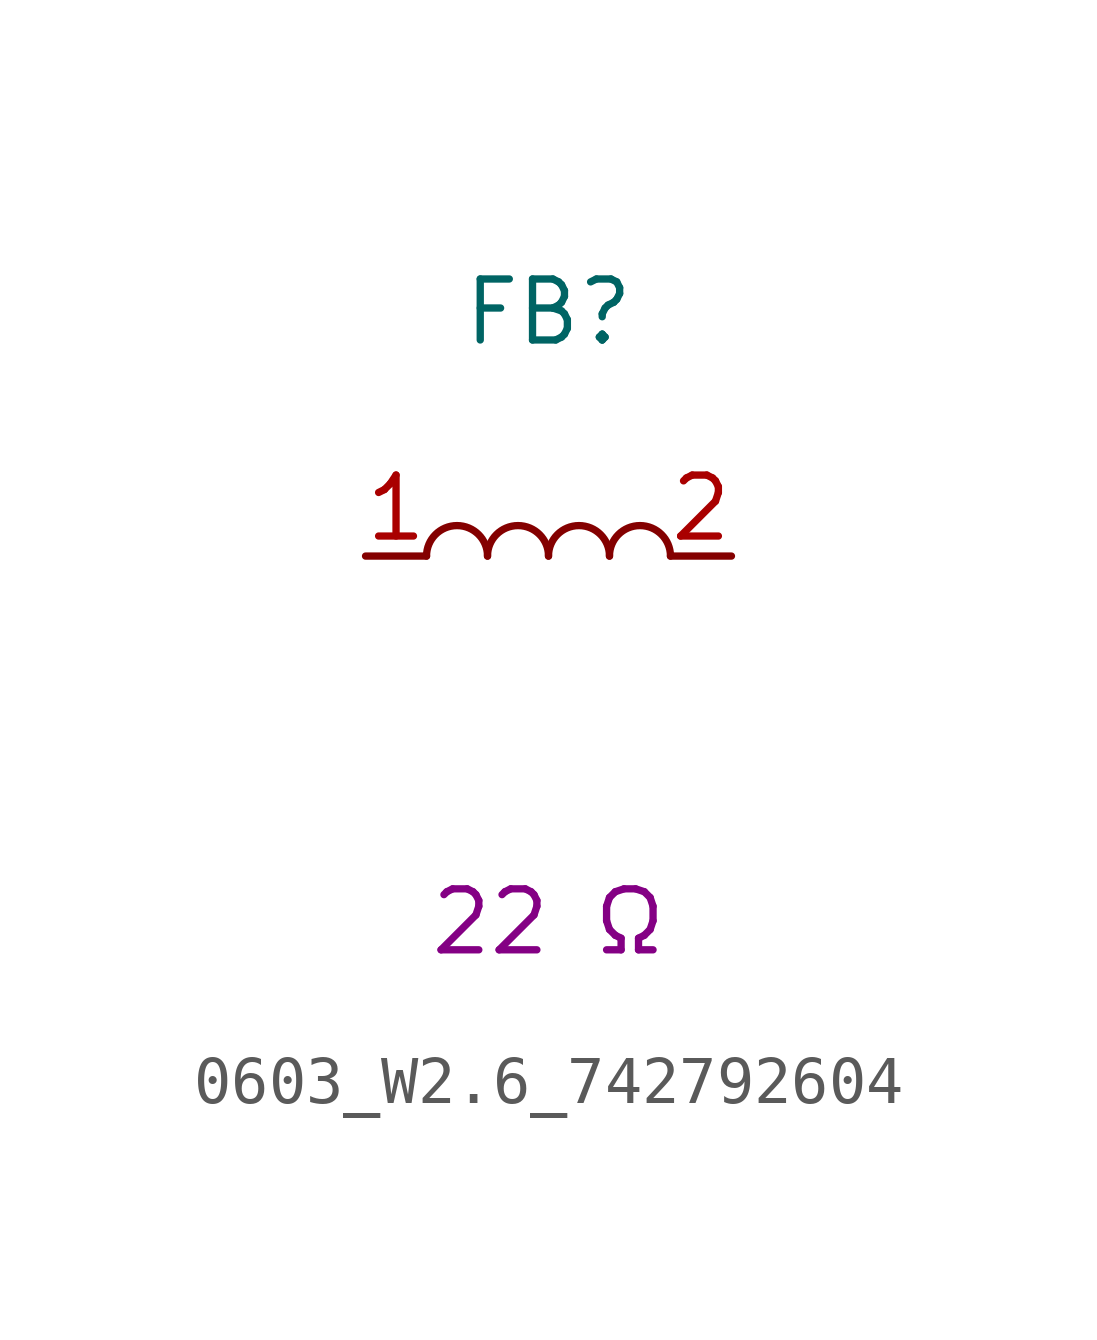
<source format=kicad_sym>
(kicad_symbol_lib
  (version 20220914)
  (generator kicad_symbol_editor)
  (symbol "0603_W2.6_742792604"
    (pin_names hide)
    (property "Reference" "FB"
      (at 0 5.08 0)
      (effects (font (size 1.27 1.27))))
    (property "Critical Parameter" "22 Ω"
      (at 0 -7.62 0)
      (effects (font (size 1.27 1.27))))
    (symbol "0603_W2.6_742792604_0_1"
      (arc (start -1.27 0) (mid -1.905 0.6323) (end -2.54 0) (stroke (width 0) (type default)) (fill (type none)))
      (arc (start 0 0) (mid -0.635 0.6323) (end -1.27 0) (stroke (width 0) (type default)) (fill (type none)))
      (arc (start 1.27 0) (mid 0.635 0.6323) (end 0 0) (stroke (width 0) (type default)) (fill (type none)))
      (arc (start 2.54 0) (mid 1.905 0.6323) (end 1.27 0) (stroke (width 0) (type default)) (fill (type none))))
    (symbol "0603_W2.6_742792604_1_1"
      (pin passive line (at -3.81 0 0) (length 1.27) (name "1" (effects (font (size 1.27 1.27)))) (number "1" (effects (font (size 1.27 1.27)))))
      (pin passive line (at 3.81 0 180) (length 1.27) (name "2" (effects (font (size 1.27 1.27)))) (number "2" (effects (font (size 1.27 1.27))))))))
</source>
